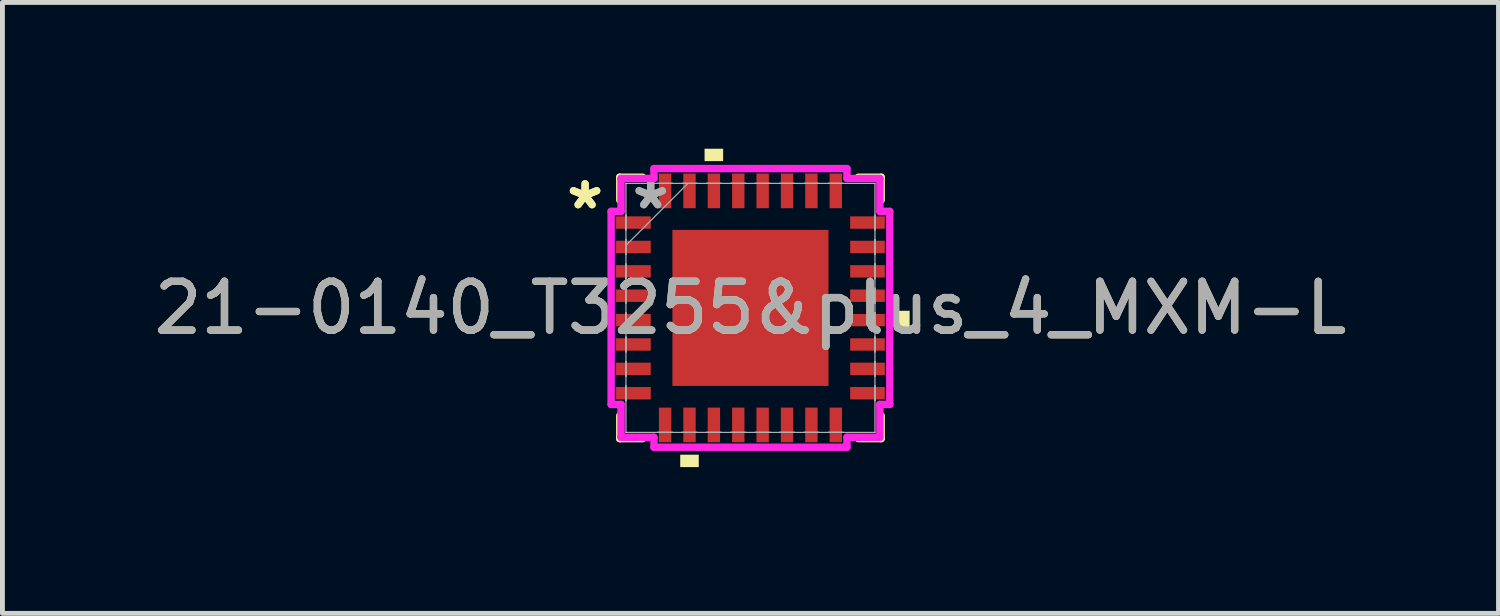
<source format=kicad_pcb>
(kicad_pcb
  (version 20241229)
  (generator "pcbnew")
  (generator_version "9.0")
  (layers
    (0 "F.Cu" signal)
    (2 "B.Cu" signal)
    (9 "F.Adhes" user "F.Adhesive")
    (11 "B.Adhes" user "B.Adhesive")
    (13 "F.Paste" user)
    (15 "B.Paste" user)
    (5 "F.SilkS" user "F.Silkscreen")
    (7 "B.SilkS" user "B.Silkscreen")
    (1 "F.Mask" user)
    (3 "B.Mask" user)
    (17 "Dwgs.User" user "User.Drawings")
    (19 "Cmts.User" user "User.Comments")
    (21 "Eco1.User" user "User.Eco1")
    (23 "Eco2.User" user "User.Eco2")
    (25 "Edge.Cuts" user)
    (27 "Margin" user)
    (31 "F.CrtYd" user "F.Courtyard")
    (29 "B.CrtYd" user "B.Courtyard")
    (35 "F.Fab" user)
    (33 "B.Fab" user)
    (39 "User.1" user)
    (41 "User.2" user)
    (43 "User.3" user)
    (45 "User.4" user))
  (footprint "21-0140_T3255&plus_4_MXM-L"
    (layer "F.Cu")
    (at 12.339 3.264)
    (property "Reference" "21-0140_T3255&plus_4_MXM-L" (at 0 0 0) (unlocked yes) (layer "F.SilkS") (effects (font (size 1 1) (thickness 0.15))))
    (attr smd)
    (fp_line (start -2.68 -2.68) (end -2.68 -2.21) (stroke (width 0.152) (type solid)) (layer "F.SilkS"))
    (fp_line (start -2.68 2.21) (end -2.68 2.68) (stroke (width 0.152) (type solid)) (layer "F.SilkS"))
    (fp_line (start -2.68 2.68) (end -2.21 2.68) (stroke (width 0.152) (type solid)) (layer "F.SilkS"))
    (fp_line (start -2.21 -2.68) (end -2.68 -2.68) (stroke (width 0.152) (type solid)) (layer "F.SilkS"))
    (fp_line (start 2.21 2.68) (end 2.68 2.68) (stroke (width 0.152) (type solid)) (layer "F.SilkS"))
    (fp_line (start 2.68 -2.68) (end 2.21 -2.68) (stroke (width 0.152) (type solid)) (layer "F.SilkS"))
    (fp_line (start 2.68 -2.21) (end 2.68 -2.68) (stroke (width 0.152) (type solid)) (layer "F.SilkS"))
    (fp_line (start 2.68 2.68) (end 2.68 2.21) (stroke (width 0.152) (type solid)) (layer "F.SilkS"))
    (fp_poly (pts (xy -1.44 3.01) (xy -1.44 3.264) (xy -1.06 3.264) (xy -1.06 3.01)) (stroke (width 0) (type solid)) (fill yes) (layer "F.SilkS"))
    (fp_poly (pts (xy -0.941 -3.01) (xy -0.941 -3.264) (xy -0.56 -3.264) (xy -0.56 -3.01)) (stroke (width 0) (type solid)) (fill yes) (layer "F.SilkS"))
    (fp_poly (pts (xy 3.264 0.059) (xy 3.264 0.441) (xy 3.01 0.441) (xy 3.01 0.059)) (stroke (width 0) (type solid)) (fill yes) (layer "F.SilkS"))
    (fp_poly (pts (xy -1.5 -1.5) (xy -1.5 -0.1) (xy -0.1 -0.1) (xy -0.1 -1.5)) (stroke (width 0) (type solid)) (fill yes) (layer "F.Paste"))
    (fp_poly (pts (xy -1.5 0.1) (xy -1.5 1.5) (xy -0.1 1.5) (xy -0.1 0.1)) (stroke (width 0) (type solid)) (fill yes) (layer "F.Paste"))
    (fp_poly (pts (xy 0.1 -1.5) (xy 0.1 -0.1) (xy 1.5 -0.1) (xy 1.5 -1.5)) (stroke (width 0) (type solid)) (fill yes) (layer "F.Paste"))
    (fp_poly (pts (xy 0.1 0.1) (xy 0.1 1.5) (xy 1.5 1.5) (xy 1.5 0.1)) (stroke (width 0) (type solid)) (fill yes) (layer "F.Paste"))
    (fp_line (start -2.857 -1.979) (end -2.654 -1.979) (stroke (width 0.152) (type solid)) (layer "F.CrtYd"))
    (fp_line (start -2.857 1.979) (end -2.857 -1.979) (stroke (width 0.152) (type solid)) (layer "F.CrtYd"))
    (fp_line (start -2.654 -2.654) (end -1.979 -2.654) (stroke (width 0.152) (type solid)) (layer "F.CrtYd"))
    (fp_line (start -2.654 -1.979) (end -2.654 -2.654) (stroke (width 0.152) (type solid)) (layer "F.CrtYd"))
    (fp_line (start -2.654 1.979) (end -2.857 1.979) (stroke (width 0.152) (type solid)) (layer "F.CrtYd"))
    (fp_line (start -2.654 2.654) (end -2.654 1.979) (stroke (width 0.152) (type solid)) (layer "F.CrtYd"))
    (fp_line (start -1.979 -2.857) (end 1.979 -2.857) (stroke (width 0.152) (type solid)) (layer "F.CrtYd"))
    (fp_line (start -1.979 -2.654) (end -1.979 -2.857) (stroke (width 0.152) (type solid)) (layer "F.CrtYd"))
    (fp_line (start -1.979 2.654) (end -2.654 2.654) (stroke (width 0.152) (type solid)) (layer "F.CrtYd"))
    (fp_line (start -1.979 2.857) (end -1.979 2.654) (stroke (width 0.152) (type solid)) (layer "F.CrtYd"))
    (fp_line (start 1.979 -2.857) (end 1.979 -2.654) (stroke (width 0.152) (type solid)) (layer "F.CrtYd"))
    (fp_line (start 1.979 -2.654) (end 2.654 -2.654) (stroke (width 0.152) (type solid)) (layer "F.CrtYd"))
    (fp_line (start 1.979 2.654) (end 1.979 2.857) (stroke (width 0.152) (type solid)) (layer "F.CrtYd"))
    (fp_line (start 1.979 2.857) (end -1.979 2.857) (stroke (width 0.152) (type solid)) (layer "F.CrtYd"))
    (fp_line (start 2.654 -2.654) (end 2.654 -1.979) (stroke (width 0.152) (type solid)) (layer "F.CrtYd"))
    (fp_line (start 2.654 -1.979) (end 2.857 -1.979) (stroke (width 0.152) (type solid)) (layer "F.CrtYd"))
    (fp_line (start 2.654 1.979) (end 2.654 2.654) (stroke (width 0.152) (type solid)) (layer "F.CrtYd"))
    (fp_line (start 2.654 2.654) (end 1.979 2.654) (stroke (width 0.152) (type solid)) (layer "F.CrtYd"))
    (fp_line (start 2.857 -1.979) (end 2.857 1.979) (stroke (width 0.152) (type solid)) (layer "F.CrtYd"))
    (fp_line (start 2.857 1.979) (end 2.654 1.979) (stroke (width 0.152) (type solid)) (layer "F.CrtYd"))
    (fp_line (start -2.553 -2.553) (end -2.553 -2.553) (stroke (width 0.025) (type solid)) (layer "F.Fab"))
    (fp_line (start -2.553 -2.553) (end -2.553 2.553) (stroke (width 0.025) (type solid)) (layer "F.Fab"))
    (fp_line (start -2.553 -1.902) (end -2.553 -1.902) (stroke (width 0.025) (type solid)) (layer "F.Fab"))
    (fp_line (start -2.553 -1.902) (end -2.553 -1.598) (stroke (width 0.025) (type solid)) (layer "F.Fab"))
    (fp_line (start -2.553 -1.598) (end -2.553 -1.902) (stroke (width 0.025) (type solid)) (layer "F.Fab"))
    (fp_line (start -2.553 -1.598) (end -2.553 -1.598) (stroke (width 0.025) (type solid)) (layer "F.Fab"))
    (fp_line (start -2.553 -1.402) (end -2.553 -1.402) (stroke (width 0.025) (type solid)) (layer "F.Fab"))
    (fp_line (start -2.553 -1.402) (end -2.553 -1.098) (stroke (width 0.025) (type solid)) (layer "F.Fab"))
    (fp_line (start -2.553 -1.283) (end -1.283 -2.553) (stroke (width 0.025) (type solid)) (layer "F.Fab"))
    (fp_line (start -2.553 -1.098) (end -2.553 -1.402) (stroke (width 0.025) (type solid)) (layer "F.Fab"))
    (fp_line (start -2.553 -1.098) (end -2.553 -1.098) (stroke (width 0.025) (type solid)) (layer "F.Fab"))
    (fp_line (start -2.553 -0.902) (end -2.553 -0.902) (stroke (width 0.025) (type solid)) (layer "F.Fab"))
    (fp_line (start -2.553 -0.902) (end -2.553 -0.598) (stroke (width 0.025) (type solid)) (layer "F.Fab"))
    (fp_line (start -2.553 -0.598) (end -2.553 -0.902) (stroke (width 0.025) (type solid)) (layer "F.Fab"))
    (fp_line (start -2.553 -0.598) (end -2.553 -0.598) (stroke (width 0.025) (type solid)) (layer "F.Fab"))
    (fp_line (start -2.553 -0.402) (end -2.553 -0.402) (stroke (width 0.025) (type solid)) (layer "F.Fab"))
    (fp_line (start -2.553 -0.402) (end -2.553 -0.098) (stroke (width 0.025) (type solid)) (layer "F.Fab"))
    (fp_line (start -2.553 -0.098) (end -2.553 -0.402) (stroke (width 0.025) (type solid)) (layer "F.Fab"))
    (fp_line (start -2.553 -0.098) (end -2.553 -0.098) (stroke (width 0.025) (type solid)) (layer "F.Fab"))
    (fp_line (start -2.553 0.098) (end -2.553 0.098) (stroke (width 0.025) (type solid)) (layer "F.Fab"))
    (fp_line (start -2.553 0.098) (end -2.553 0.402) (stroke (width 0.025) (type solid)) (layer "F.Fab"))
    (fp_line (start -2.553 0.402) (end -2.553 0.098) (stroke (width 0.025) (type solid)) (layer "F.Fab"))
    (fp_line (start -2.553 0.402) (end -2.553 0.402) (stroke (width 0.025) (type solid)) (layer "F.Fab"))
    (fp_line (start -2.553 0.598) (end -2.553 0.598) (stroke (width 0.025) (type solid)) (layer "F.Fab"))
    (fp_line (start -2.553 0.598) (end -2.553 0.902) (stroke (width 0.025) (type solid)) (layer "F.Fab"))
    (fp_line (start -2.553 0.902) (end -2.553 0.598) (stroke (width 0.025) (type solid)) (layer "F.Fab"))
    (fp_line (start -2.553 0.902) (end -2.553 0.902) (stroke (width 0.025) (type solid)) (layer "F.Fab"))
    (fp_line (start -2.553 1.098) (end -2.553 1.098) (stroke (width 0.025) (type solid)) (layer "F.Fab"))
    (fp_line (start -2.553 1.098) (end -2.553 1.402) (stroke (width 0.025) (type solid)) (layer "F.Fab"))
    (fp_line (start -2.553 1.402) (end -2.553 1.098) (stroke (width 0.025) (type solid)) (layer "F.Fab"))
    (fp_line (start -2.553 1.402) (end -2.553 1.402) (stroke (width 0.025) (type solid)) (layer "F.Fab"))
    (fp_line (start -2.553 1.598) (end -2.553 1.598) (stroke (width 0.025) (type solid)) (layer "F.Fab"))
    (fp_line (start -2.553 1.598) (end -2.553 1.902) (stroke (width 0.025) (type solid)) (layer "F.Fab"))
    (fp_line (start -2.553 1.902) (end -2.553 1.598) (stroke (width 0.025) (type solid)) (layer "F.Fab"))
    (fp_line (start -2.553 1.902) (end -2.553 1.902) (stroke (width 0.025) (type solid)) (layer "F.Fab"))
    (fp_line (start -2.553 2.553) (end -2.553 2.553) (stroke (width 0.025) (type solid)) (layer "F.Fab"))
    (fp_line (start -2.553 2.553) (end 2.553 2.553) (stroke (width 0.025) (type solid)) (layer "F.Fab"))
    (fp_line (start -1.902 -2.553) (end -1.902 -2.553) (stroke (width 0.025) (type solid)) (layer "F.Fab"))
    (fp_line (start -1.902 -2.553) (end -1.598 -2.553) (stroke (width 0.025) (type solid)) (layer "F.Fab"))
    (fp_line (start -1.902 2.553) (end -1.902 2.553) (stroke (width 0.025) (type solid)) (layer "F.Fab"))
    (fp_line (start -1.902 2.553) (end -1.598 2.553) (stroke (width 0.025) (type solid)) (layer "F.Fab"))
    (fp_line (start -1.598 -2.553) (end -1.902 -2.553) (stroke (width 0.025) (type solid)) (layer "F.Fab"))
    (fp_line (start -1.598 -2.553) (end -1.598 -2.553) (stroke (width 0.025) (type solid)) (layer "F.Fab"))
    (fp_line (start -1.598 2.553) (end -1.902 2.553) (stroke (width 0.025) (type solid)) (layer "F.Fab"))
    (fp_line (start -1.598 2.553) (end -1.598 2.553) (stroke (width 0.025) (type solid)) (layer "F.Fab"))
    (fp_line (start -1.402 -2.553) (end -1.402 -2.553) (stroke (width 0.025) (type solid)) (layer "F.Fab"))
    (fp_line (start -1.402 -2.553) (end -1.098 -2.553) (stroke (width 0.025) (type solid)) (layer "F.Fab"))
    (fp_line (start -1.402 2.553) (end -1.402 2.553) (stroke (width 0.025) (type solid)) (layer "F.Fab"))
    (fp_line (start -1.402 2.553) (end -1.098 2.553) (stroke (width 0.025) (type solid)) (layer "F.Fab"))
    (fp_line (start -1.098 -2.553) (end -1.402 -2.553) (stroke (width 0.025) (type solid)) (layer "F.Fab"))
    (fp_line (start -1.098 -2.553) (end -1.098 -2.553) (stroke (width 0.025) (type solid)) (layer "F.Fab"))
    (fp_line (start -1.098 2.553) (end -1.402 2.553) (stroke (width 0.025) (type solid)) (layer "F.Fab"))
    (fp_line (start -1.098 2.553) (end -1.098 2.553) (stroke (width 0.025) (type solid)) (layer "F.Fab"))
    (fp_line (start -0.902 -2.553) (end -0.902 -2.553) (stroke (width 0.025) (type solid)) (layer "F.Fab"))
    (fp_line (start -0.902 -2.553) (end -0.598 -2.553) (stroke (width 0.025) (type solid)) (layer "F.Fab"))
    (fp_line (start -0.902 2.553) (end -0.902 2.553) (stroke (width 0.025) (type solid)) (layer "F.Fab"))
    (fp_line (start -0.902 2.553) (end -0.598 2.553) (stroke (width 0.025) (type solid)) (layer "F.Fab"))
    (fp_line (start -0.598 -2.553) (end -0.902 -2.553) (stroke (width 0.025) (type solid)) (layer "F.Fab"))
    (fp_line (start -0.598 -2.553) (end -0.598 -2.553) (stroke (width 0.025) (type solid)) (layer "F.Fab"))
    (fp_line (start -0.598 2.553) (end -0.902 2.553) (stroke (width 0.025) (type solid)) (layer "F.Fab"))
    (fp_line (start -0.598 2.553) (end -0.598 2.553) (stroke (width 0.025) (type solid)) (layer "F.Fab"))
    (fp_line (start -0.402 -2.553) (end -0.402 -2.553) (stroke (width 0.025) (type solid)) (layer "F.Fab"))
    (fp_line (start -0.402 -2.553) (end -0.098 -2.553) (stroke (width 0.025) (type solid)) (layer "F.Fab"))
    (fp_line (start -0.402 2.553) (end -0.402 2.553) (stroke (width 0.025) (type solid)) (layer "F.Fab"))
    (fp_line (start -0.402 2.553) (end -0.098 2.553) (stroke (width 0.025) (type solid)) (layer "F.Fab"))
    (fp_line (start -0.098 -2.553) (end -0.402 -2.553) (stroke (width 0.025) (type solid)) (layer "F.Fab"))
    (fp_line (start -0.098 -2.553) (end -0.098 -2.553) (stroke (width 0.025) (type solid)) (layer "F.Fab"))
    (fp_line (start -0.098 2.553) (end -0.402 2.553) (stroke (width 0.025) (type solid)) (layer "F.Fab"))
    (fp_line (start -0.098 2.553) (end -0.098 2.553) (stroke (width 0.025) (type solid)) (layer "F.Fab"))
    (fp_line (start 0.098 -2.553) (end 0.098 -2.553) (stroke (width 0.025) (type solid)) (layer "F.Fab"))
    (fp_line (start 0.098 -2.553) (end 0.402 -2.553) (stroke (width 0.025) (type solid)) (layer "F.Fab"))
    (fp_line (start 0.098 2.553) (end 0.098 2.553) (stroke (width 0.025) (type solid)) (layer "F.Fab"))
    (fp_line (start 0.098 2.553) (end 0.402 2.553) (stroke (width 0.025) (type solid)) (layer "F.Fab"))
    (fp_line (start 0.402 -2.553) (end 0.098 -2.553) (stroke (width 0.025) (type solid)) (layer "F.Fab"))
    (fp_line (start 0.402 -2.553) (end 0.402 -2.553) (stroke (width 0.025) (type solid)) (layer "F.Fab"))
    (fp_line (start 0.402 2.553) (end 0.098 2.553) (stroke (width 0.025) (type solid)) (layer "F.Fab"))
    (fp_line (start 0.402 2.553) (end 0.402 2.553) (stroke (width 0.025) (type solid)) (layer "F.Fab"))
    (fp_line (start 0.598 -2.553) (end 0.598 -2.553) (stroke (width 0.025) (type solid)) (layer "F.Fab"))
    (fp_line (start 0.598 -2.553) (end 0.902 -2.553) (stroke (width 0.025) (type solid)) (layer "F.Fab"))
    (fp_line (start 0.598 2.553) (end 0.598 2.553) (stroke (width 0.025) (type solid)) (layer "F.Fab"))
    (fp_line (start 0.598 2.553) (end 0.902 2.553) (stroke (width 0.025) (type solid)) (layer "F.Fab"))
    (fp_line (start 0.902 -2.553) (end 0.598 -2.553) (stroke (width 0.025) (type solid)) (layer "F.Fab"))
    (fp_line (start 0.902 -2.553) (end 0.902 -2.553) (stroke (width 0.025) (type solid)) (layer "F.Fab"))
    (fp_line (start 0.902 2.553) (end 0.598 2.553) (stroke (width 0.025) (type solid)) (layer "F.Fab"))
    (fp_line (start 0.902 2.553) (end 0.902 2.553) (stroke (width 0.025) (type solid)) (layer "F.Fab"))
    (fp_line (start 1.098 -2.553) (end 1.098 -2.553) (stroke (width 0.025) (type solid)) (layer "F.Fab"))
    (fp_line (start 1.098 -2.553) (end 1.402 -2.553) (stroke (width 0.025) (type solid)) (layer "F.Fab"))
    (fp_line (start 1.098 2.553) (end 1.098 2.553) (stroke (width 0.025) (type solid)) (layer "F.Fab"))
    (fp_line (start 1.098 2.553) (end 1.402 2.553) (stroke (width 0.025) (type solid)) (layer "F.Fab"))
    (fp_line (start 1.402 -2.553) (end 1.098 -2.553) (stroke (width 0.025) (type solid)) (layer "F.Fab"))
    (fp_line (start 1.402 -2.553) (end 1.402 -2.553) (stroke (width 0.025) (type solid)) (layer "F.Fab"))
    (fp_line (start 1.402 2.553) (end 1.098 2.553) (stroke (width 0.025) (type solid)) (layer "F.Fab"))
    (fp_line (start 1.402 2.553) (end 1.402 2.553) (stroke (width 0.025) (type solid)) (layer "F.Fab"))
    (fp_line (start 1.598 -2.553) (end 1.598 -2.553) (stroke (width 0.025) (type solid)) (layer "F.Fab"))
    (fp_line (start 1.598 -2.553) (end 1.902 -2.553) (stroke (width 0.025) (type solid)) (layer "F.Fab"))
    (fp_line (start 1.598 2.553) (end 1.598 2.553) (stroke (width 0.025) (type solid)) (layer "F.Fab"))
    (fp_line (start 1.598 2.553) (end 1.902 2.553) (stroke (width 0.025) (type solid)) (layer "F.Fab"))
    (fp_line (start 1.902 -2.553) (end 1.598 -2.553) (stroke (width 0.025) (type solid)) (layer "F.Fab"))
    (fp_line (start 1.902 -2.553) (end 1.902 -2.553) (stroke (width 0.025) (type solid)) (layer "F.Fab"))
    (fp_line (start 1.902 2.553) (end 1.598 2.553) (stroke (width 0.025) (type solid)) (layer "F.Fab"))
    (fp_line (start 1.902 2.553) (end 1.902 2.553) (stroke (width 0.025) (type solid)) (layer "F.Fab"))
    (fp_line (start 2.553 -2.553) (end -2.553 -2.553) (stroke (width 0.025) (type solid)) (layer "F.Fab"))
    (fp_line (start 2.553 -2.553) (end 2.553 -2.553) (stroke (width 0.025) (type solid)) (layer "F.Fab"))
    (fp_line (start 2.553 -1.902) (end 2.553 -1.902) (stroke (width 0.025) (type solid)) (layer "F.Fab"))
    (fp_line (start 2.553 -1.902) (end 2.553 -1.598) (stroke (width 0.025) (type solid)) (layer "F.Fab"))
    (fp_line (start 2.553 -1.598) (end 2.553 -1.902) (stroke (width 0.025) (type solid)) (layer "F.Fab"))
    (fp_line (start 2.553 -1.598) (end 2.553 -1.598) (stroke (width 0.025) (type solid)) (layer "F.Fab"))
    (fp_line (start 2.553 -1.402) (end 2.553 -1.402) (stroke (width 0.025) (type solid)) (layer "F.Fab"))
    (fp_line (start 2.553 -1.402) (end 2.553 -1.098) (stroke (width 0.025) (type solid)) (layer "F.Fab"))
    (fp_line (start 2.553 -1.098) (end 2.553 -1.402) (stroke (width 0.025) (type solid)) (layer "F.Fab"))
    (fp_line (start 2.553 -1.098) (end 2.553 -1.098) (stroke (width 0.025) (type solid)) (layer "F.Fab"))
    (fp_line (start 2.553 -0.902) (end 2.553 -0.902) (stroke (width 0.025) (type solid)) (layer "F.Fab"))
    (fp_line (start 2.553 -0.902) (end 2.553 -0.598) (stroke (width 0.025) (type solid)) (layer "F.Fab"))
    (fp_line (start 2.553 -0.598) (end 2.553 -0.902) (stroke (width 0.025) (type solid)) (layer "F.Fab"))
    (fp_line (start 2.553 -0.598) (end 2.553 -0.598) (stroke (width 0.025) (type solid)) (layer "F.Fab"))
    (fp_line (start 2.553 -0.402) (end 2.553 -0.402) (stroke (width 0.025) (type solid)) (layer "F.Fab"))
    (fp_line (start 2.553 -0.402) (end 2.553 -0.098) (stroke (width 0.025) (type solid)) (layer "F.Fab"))
    (fp_line (start 2.553 -0.098) (end 2.553 -0.402) (stroke (width 0.025) (type solid)) (layer "F.Fab"))
    (fp_line (start 2.553 -0.098) (end 2.553 -0.098) (stroke (width 0.025) (type solid)) (layer "F.Fab"))
    (fp_line (start 2.553 0.098) (end 2.553 0.098) (stroke (width 0.025) (type solid)) (layer "F.Fab"))
    (fp_line (start 2.553 0.098) (end 2.553 0.402) (stroke (width 0.025) (type solid)) (layer "F.Fab"))
    (fp_line (start 2.553 0.402) (end 2.553 0.098) (stroke (width 0.025) (type solid)) (layer "F.Fab"))
    (fp_line (start 2.553 0.402) (end 2.553 0.402) (stroke (width 0.025) (type solid)) (layer "F.Fab"))
    (fp_line (start 2.553 0.598) (end 2.553 0.598) (stroke (width 0.025) (type solid)) (layer "F.Fab"))
    (fp_line (start 2.553 0.598) (end 2.553 0.902) (stroke (width 0.025) (type solid)) (layer "F.Fab"))
    (fp_line (start 2.553 0.902) (end 2.553 0.598) (stroke (width 0.025) (type solid)) (layer "F.Fab"))
    (fp_line (start 2.553 0.902) (end 2.553 0.902) (stroke (width 0.025) (type solid)) (layer "F.Fab"))
    (fp_line (start 2.553 1.098) (end 2.553 1.098) (stroke (width 0.025) (type solid)) (layer "F.Fab"))
    (fp_line (start 2.553 1.098) (end 2.553 1.402) (stroke (width 0.025) (type solid)) (layer "F.Fab"))
    (fp_line (start 2.553 1.402) (end 2.553 1.098) (stroke (width 0.025) (type solid)) (layer "F.Fab"))
    (fp_line (start 2.553 1.402) (end 2.553 1.402) (stroke (width 0.025) (type solid)) (layer "F.Fab"))
    (fp_line (start 2.553 1.598) (end 2.553 1.598) (stroke (width 0.025) (type solid)) (layer "F.Fab"))
    (fp_line (start 2.553 1.598) (end 2.553 1.902) (stroke (width 0.025) (type solid)) (layer "F.Fab"))
    (fp_line (start 2.553 1.902) (end 2.553 1.598) (stroke (width 0.025) (type solid)) (layer "F.Fab"))
    (fp_line (start 2.553 1.902) (end 2.553 1.902) (stroke (width 0.025) (type solid)) (layer "F.Fab"))
    (fp_line (start 2.553 2.553) (end 2.553 -2.553) (stroke (width 0.025) (type solid)) (layer "F.Fab"))
    (fp_line (start 2.553 2.553) (end 2.553 2.553) (stroke (width 0.025) (type solid)) (layer "F.Fab"))
    (fp_text user "*" (at -3.391 -2 0) (layer "F.SilkS") (effects (font (size 1 1) (thickness 0.15))))
    (fp_text user "*" (at -3.391 -2 0) (unlocked yes) (layer "F.SilkS") (effects (font (size 1 1) (thickness 0.15))))
    (fp_text user "${REFERENCE}" (at 0 0 0) (unlocked yes) (layer "F.Fab") (effects (font (size 1 1) (thickness 0.15))))
    (fp_text user "*" (at -2.045 -2 0) (unlocked yes) (layer "F.Fab") (effects (font (size 1 1) (thickness 0.15))))
    (fp_text user "*" (at -2.045 -2 0) (layer "F.Fab") (effects (font (size 1 1) (thickness 0.15))))
    (pad "1" smd rect (at -2.4 -1.75 90) (size 0.254 0.711) (layers "F.Cu" "F.Mask" "F.Paste"))
    (pad "2" smd rect (at -2.4 -1.25 90) (size 0.254 0.711) (layers "F.Cu" "F.Mask" "F.Paste"))
    (pad "3" smd rect (at -2.4 -0.75 90) (size 0.254 0.711) (layers "F.Cu" "F.Mask" "F.Paste"))
    (pad "4" smd rect (at -2.4 -0.25 90) (size 0.254 0.711) (layers "F.Cu" "F.Mask" "F.Paste"))
    (pad "5" smd rect (at -2.4 0.25 90) (size 0.254 0.711) (layers "F.Cu" "F.Mask" "F.Paste"))
    (pad "6" smd rect (at -2.4 0.75 90) (size 0.254 0.711) (layers "F.Cu" "F.Mask" "F.Paste"))
    (pad "7" smd rect (at -2.4 1.25 90) (size 0.254 0.711) (layers "F.Cu" "F.Mask" "F.Paste"))
    (pad "8" smd rect (at -2.4 1.75 90) (size 0.254 0.711) (layers "F.Cu" "F.Mask" "F.Paste"))
    (pad "9" smd rect (at -1.75 2.4) (size 0.254 0.711) (layers "F.Cu" "F.Mask" "F.Paste"))
    (pad "10" smd rect (at -1.25 2.4) (size 0.254 0.711) (layers "F.Cu" "F.Mask" "F.Paste"))
    (pad "11" smd rect (at -0.75 2.4) (size 0.254 0.711) (layers "F.Cu" "F.Mask" "F.Paste"))
    (pad "12" smd rect (at -0.25 2.4) (size 0.254 0.711) (layers "F.Cu" "F.Mask" "F.Paste"))
    (pad "13" smd rect (at 0.25 2.4) (size 0.254 0.711) (layers "F.Cu" "F.Mask" "F.Paste"))
    (pad "14" smd rect (at 0.75 2.4) (size 0.254 0.711) (layers "F.Cu" "F.Mask" "F.Paste"))
    (pad "15" smd rect (at 1.25 2.4) (size 0.254 0.711) (layers "F.Cu" "F.Mask" "F.Paste"))
    (pad "16" smd rect (at 1.75 2.4) (size 0.254 0.711) (layers "F.Cu" "F.Mask" "F.Paste"))
    (pad "17" smd rect (at 2.4 1.75 90) (size 0.254 0.711) (layers "F.Cu" "F.Mask" "F.Paste"))
    (pad "18" smd rect (at 2.4 1.25 90) (size 0.254 0.711) (layers "F.Cu" "F.Mask" "F.Paste"))
    (pad "19" smd rect (at 2.4 0.75 90) (size 0.254 0.711) (layers "F.Cu" "F.Mask" "F.Paste"))
    (pad "20" smd rect (at 2.4 0.25 90) (size 0.254 0.711) (layers "F.Cu" "F.Mask" "F.Paste"))
    (pad "21" smd rect (at 2.4 -0.25 90) (size 0.254 0.711) (layers "F.Cu" "F.Mask" "F.Paste"))
    (pad "22" smd rect (at 2.4 -0.75 90) (size 0.254 0.711) (layers "F.Cu" "F.Mask" "F.Paste"))
    (pad "23" smd rect (at 2.4 -1.25 90) (size 0.254 0.711) (layers "F.Cu" "F.Mask" "F.Paste"))
    (pad "24" smd rect (at 2.4 -1.75 90) (size 0.254 0.711) (layers "F.Cu" "F.Mask" "F.Paste"))
    (pad "25" smd rect (at 1.75 -2.4) (size 0.254 0.711) (layers "F.Cu" "F.Mask" "F.Paste"))
    (pad "26" smd rect (at 1.25 -2.4) (size 0.254 0.711) (layers "F.Cu" "F.Mask" "F.Paste"))
    (pad "27" smd rect (at 0.75 -2.4) (size 0.254 0.711) (layers "F.Cu" "F.Mask" "F.Paste"))
    (pad "28" smd rect (at 0.25 -2.4) (size 0.254 0.711) (layers "F.Cu" "F.Mask" "F.Paste"))
    (pad "29" smd rect (at -0.25 -2.4) (size 0.254 0.711) (layers "F.Cu" "F.Mask" "F.Paste"))
    (pad "30" smd rect (at -0.75 -2.4) (size 0.254 0.711) (layers "F.Cu" "F.Mask" "F.Paste"))
    (pad "31" smd rect (at -1.25 -2.4) (size 0.254 0.711) (layers "F.Cu" "F.Mask" "F.Paste"))
    (pad "32" smd rect (at -1.75 -2.4) (size 0.254 0.711) (layers "F.Cu" "F.Mask" "F.Paste"))
    (pad "33" smd rect (at 0 0) (size 3.2 3.2) (layers "F.Cu" "F.Mask")))
  (gr_rect
    (start -3 -3)
    (end 27.679 9.528)
    (stroke (width 0.1) (type default))
    (fill no)
    (layer "Edge.Cuts")))
</source>
